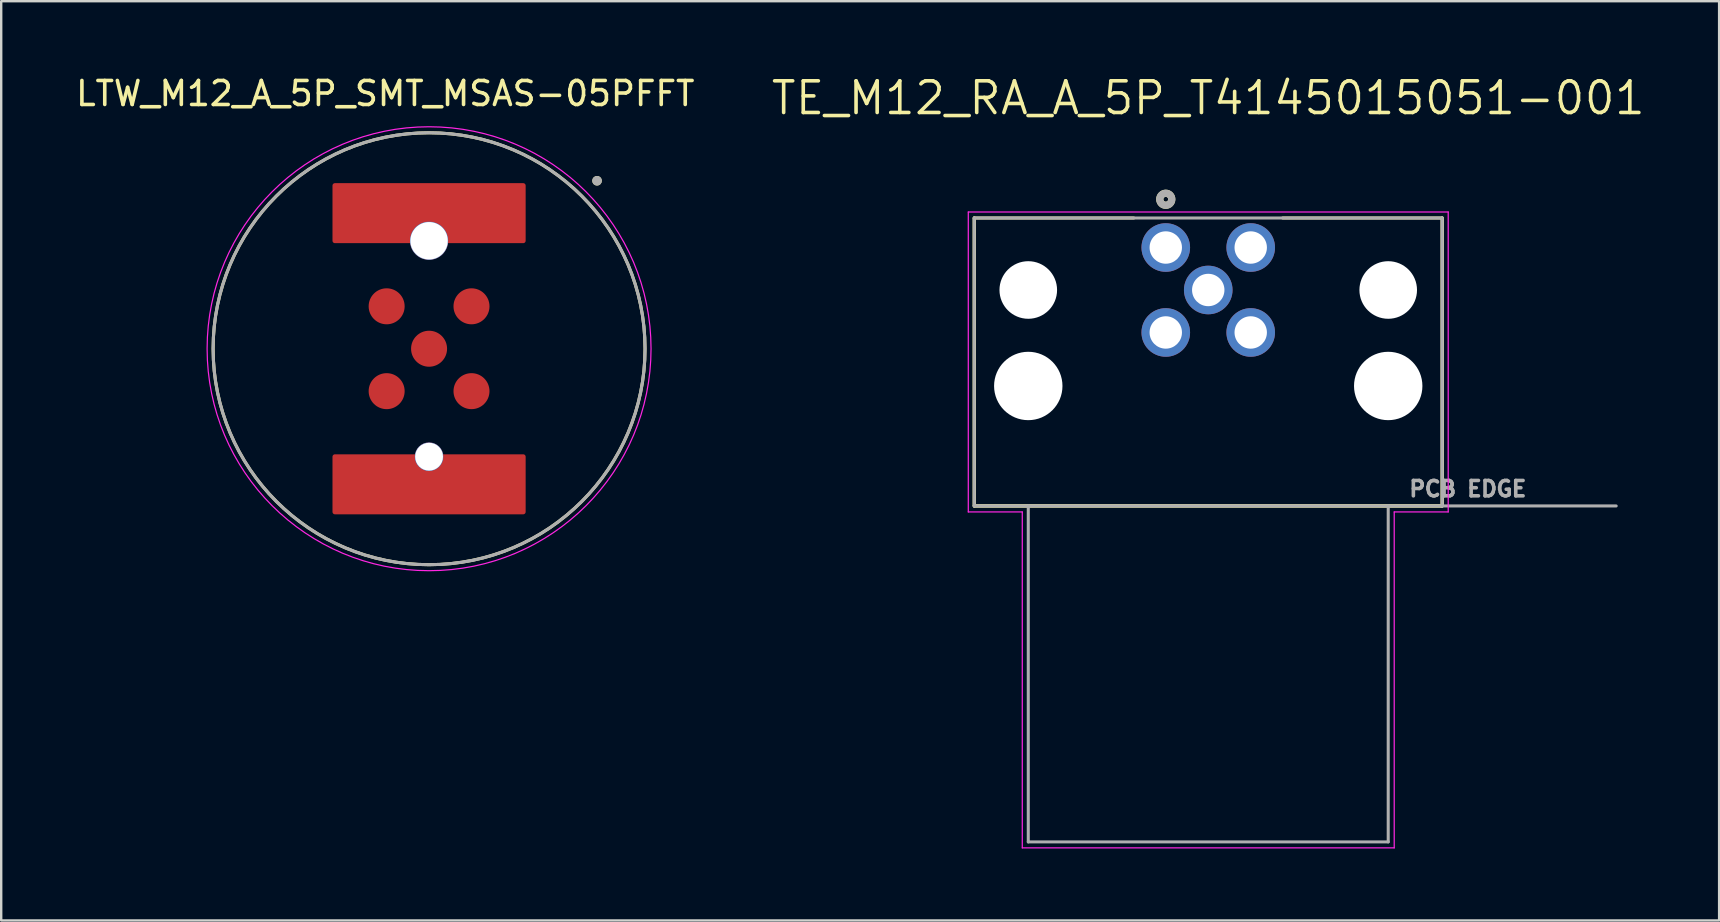
<source format=kicad_pcb>
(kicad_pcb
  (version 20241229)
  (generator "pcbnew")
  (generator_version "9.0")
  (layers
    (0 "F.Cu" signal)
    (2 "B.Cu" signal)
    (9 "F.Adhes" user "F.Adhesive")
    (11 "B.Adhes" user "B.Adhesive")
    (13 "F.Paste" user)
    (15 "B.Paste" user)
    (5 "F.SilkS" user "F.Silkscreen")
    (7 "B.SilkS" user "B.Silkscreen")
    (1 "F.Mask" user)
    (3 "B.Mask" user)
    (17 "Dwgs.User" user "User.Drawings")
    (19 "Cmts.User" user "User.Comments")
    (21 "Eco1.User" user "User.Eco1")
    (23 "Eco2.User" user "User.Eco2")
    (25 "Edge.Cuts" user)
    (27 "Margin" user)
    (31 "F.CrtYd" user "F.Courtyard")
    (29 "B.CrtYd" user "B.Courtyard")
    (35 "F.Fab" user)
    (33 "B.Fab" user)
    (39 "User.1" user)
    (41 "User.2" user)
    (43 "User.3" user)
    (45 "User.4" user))
  (footprint "TE_M12_RA_A_5P_T4145015051-001"
    (layer "F.Cu")
    (at 47.302 9.035)
    (property "Reference" "TE_M12_RA_A_5P_T4145015051-001" (at 0 -8 0) (layer "F.SilkS") (effects (font (size 1.32 1.32) (thickness 0.15))))
    (attr through_hole)
    (fp_line (start -9.75 -3) (end -3.103 -3) (stroke (width 0.127) (type solid)) (layer "F.SilkS"))
    (fp_line (start -9.75 9) (end -9.75 -3) (stroke (width 0.127) (type solid)) (layer "F.SilkS"))
    (fp_line (start -9.75 9) (end -9.75 -3) (stroke (width 0.127) (type solid)) (layer "F.SilkS"))
    (fp_line (start -9.75 9) (end -7.5 9) (stroke (width 0.127) (type solid)) (layer "F.SilkS"))
    (fp_line (start -9.75 9) (end 9.75 9) (stroke (width 0.127) (type solid)) (layer "F.SilkS"))
    (fp_line (start -7.5 9) (end 7.5 9) (stroke (width 0.127) (type solid)) (layer "F.SilkS"))
    (fp_line (start 3.103 -3) (end 9.75 -3) (stroke (width 0.127) (type solid)) (layer "F.SilkS"))
    (fp_line (start 7.5 9) (end 9.75 9) (stroke (width 0.127) (type solid)) (layer "F.SilkS"))
    (fp_line (start 9.75 -3) (end 9.75 9) (stroke (width 0.127) (type solid)) (layer "F.SilkS"))
    (fp_line (start 9.75 -3) (end 9.75 9) (stroke (width 0.127) (type solid)) (layer "F.SilkS"))
    (fp_circle (center -1.77 -3.781) (end -1.67 -3.781) (stroke (width 0.3) (type solid)) (fill no) (layer "F.SilkS"))
    (fp_line (start -10 -3.25) (end 10 -3.25) (stroke (width 0.05) (type solid)) (layer "F.CrtYd"))
    (fp_line (start -10 9.25) (end -10 -3.25) (stroke (width 0.05) (type solid)) (layer "F.CrtYd"))
    (fp_line (start -7.75 9.25) (end -10 9.25) (stroke (width 0.05) (type solid)) (layer "F.CrtYd"))
    (fp_line (start -7.75 23.25) (end -7.75 9.25) (stroke (width 0.05) (type solid)) (layer "F.CrtYd"))
    (fp_line (start 7.75 9.25) (end 7.75 23.25) (stroke (width 0.05) (type solid)) (layer "F.CrtYd"))
    (fp_line (start 7.75 23.25) (end -7.75 23.25) (stroke (width 0.05) (type solid)) (layer "F.CrtYd"))
    (fp_line (start 10 -3.25) (end 10 9.25) (stroke (width 0.05) (type solid)) (layer "F.CrtYd"))
    (fp_line (start 10 9.25) (end 7.75 9.25) (stroke (width 0.05) (type solid)) (layer "F.CrtYd"))
    (fp_line (start -9.75 -3) (end 9.75 -3) (stroke (width 0.127) (type solid)) (layer "F.Fab"))
    (fp_line (start -9.75 9) (end -9.75 -3) (stroke (width 0.127) (type solid)) (layer "F.Fab"))
    (fp_line (start -9.75 9) (end -7.5 9) (stroke (width 0.127) (type solid)) (layer "F.Fab"))
    (fp_line (start -7.5 9) (end -7.5 23) (stroke (width 0.127) (type solid)) (layer "F.Fab"))
    (fp_line (start -7.5 9) (end 7.5 9) (stroke (width 0.127) (type solid)) (layer "F.Fab"))
    (fp_line (start -7.5 23) (end 7.5 23) (stroke (width 0.127) (type solid)) (layer "F.Fab"))
    (fp_line (start 7.5 9) (end 9.75 9) (stroke (width 0.127) (type solid)) (layer "F.Fab"))
    (fp_line (start 7.5 23) (end 7.5 9) (stroke (width 0.127) (type solid)) (layer "F.Fab"))
    (fp_line (start 9.75 -3) (end 9.75 9) (stroke (width 0.127) (type solid)) (layer "F.Fab"))
    (fp_line (start 9.75 9) (end 17 9) (stroke (width 0.127) (type solid)) (layer "F.Fab"))
    (fp_circle (center -1.77 -3.781) (end -1.67 -3.781) (stroke (width 0.3) (type solid)) (fill no) (layer "F.Fab"))
    (fp_text user "PCB EDGE" (at 10.819 8.289 0) (layer "F.Fab") (effects (font (size 0.64 0.64) (thickness 0.15))))
    (pad "" np_thru_hole circle (at -7.5 0) (size 2.4 2.4) (drill 2.4) (layers "*.Cu" "*.Mask"))
    (pad "" np_thru_hole circle (at -7.5 4) (size 2.85 2.85) (drill 2.85) (layers "*.Cu" "*.Mask"))
    (pad "" np_thru_hole circle (at 7.5 0) (size 2.4 2.4) (drill 2.4) (layers "*.Cu" "*.Mask"))
    (pad "" np_thru_hole circle (at 7.5 4) (size 2.85 2.85) (drill 2.85) (layers "*.Cu" "*.Mask"))
    (pad "1" thru_hole circle (at -1.77 -1.77) (size 2.025 2.025) (drill 1.35) (layers "*.Cu" "*.Mask"))
    (pad "2" thru_hole circle (at 1.77 -1.77) (size 2.025 2.025) (drill 1.35) (layers "*.Cu" "*.Mask"))
    (pad "3" thru_hole circle (at 1.77 1.77) (size 2.025 2.025) (drill 1.35) (layers "*.Cu" "*.Mask"))
    (pad "4" thru_hole circle (at -1.77 1.77) (size 2.025 2.025) (drill 1.35) (layers "*.Cu" "*.Mask"))
    (pad "5" thru_hole circle (at 0 0) (size 2.025 2.025) (drill 1.35) (layers "*.Cu" "*.Mask")))
  (footprint "LTW_M12_A_5P_SMT_MSAS-05PFFT"
    (layer "F.Cu")
    (at 14.831 11.483)
    (property "Reference" "LTW_M12_A_5P_SMT_MSAS-05PFFT" (at -1.825 -10.635 0) (layer "F.SilkS") (effects (font (size 1 1) (thickness 0.15))))
    (attr through_hole)
    (fp_poly (pts (xy -3.925 -6.8) (xy -3.925 -4.5) (xy -0.8 -4.5) (xy -0.8 -4.7) (xy -0.7 -5) (xy -0.3 -5.3) (xy 0.3 -5.3) (xy 0.7 -5) (xy 0.8 -4.7) (xy 0.8 -4.5) (xy 3.925 -4.5) (xy 3.925 -6.8)) (stroke (width 0.2) (type solid)) (fill yes) (layer "F.Cu"))
    (fp_poly (pts (xy 3.925 6.8) (xy 3.925 4.5) (xy 0.595 4.5) (xy 0.6 4.7) (xy 0.4 5) (xy 0.2 5.1) (xy -0.2 5.1) (xy -0.4 5) (xy -0.6 4.7) (xy -0.6 4.5) (xy -3.925 4.5) (xy -3.925 6.8)) (stroke (width 0.2) (type solid)) (fill yes) (layer "F.Cu"))
    (fp_poly (pts (xy -3.925 -6.8) (xy -3.925 -4.5) (xy -0.8 -4.5) (xy -0.8 -4.7) (xy -0.7 -5) (xy -0.3 -5.3) (xy 0.3 -5.3) (xy 0.7 -5) (xy 0.8 -4.7) (xy 0.8 -4.5) (xy 3.925 -4.5) (xy 3.925 -6.8)) (stroke (width 0.2) (type solid)) (fill yes) (layer "F.Mask"))
    (fp_poly (pts (xy 3.925 6.8) (xy 3.925 4.5) (xy 0.595 4.5) (xy 0.6 4.7) (xy 0.4 5) (xy 0.2 5.1) (xy -0.2 5.1) (xy -0.4 5) (xy -0.6 4.7) (xy -0.6 4.5) (xy -3.925 4.5) (xy -3.925 6.8)) (stroke (width 0.2) (type solid)) (fill yes) (layer "F.Mask"))
    (fp_circle (center 0 0) (end 9 0) (stroke (width 0.127) (type solid)) (fill no) (layer "F.SilkS"))
    (fp_circle (center 7 -7) (end 7.1 -7) (stroke (width 0.2) (type solid)) (fill no) (layer "F.SilkS"))
    (fp_circle (center 0 0) (end 9.25 0) (stroke (width 0.05) (type solid)) (fill no) (layer "F.CrtYd"))
    (fp_circle (center 0 0) (end 9 0) (stroke (width 0.127) (type solid)) (fill no) (layer "F.Fab"))
    (fp_circle (center 7 -7) (end 7.1 -7) (stroke (width 0.2) (type solid)) (fill no) (layer "F.Fab"))
    (pad "" np_thru_hole circle (at 0 -4.5) (size 1.59 1.59) (drill 1.56) (layers "*.Cu" "*.Mask"))
    (pad "" np_thru_hole circle (at 0 4.5) (size 1.19 1.19) (drill 1.16) (layers "*.Cu" "*.Mask"))
    (pad "1" smd circle (at 1.768 -1.768) (size 1.5 1.5) (layers "F.Cu" "F.Mask" "F.Paste"))
    (pad "2" smd circle (at -1.768 -1.768) (size 1.5 1.5) (layers "F.Cu" "F.Mask" "F.Paste"))
    (pad "3" smd circle (at -1.768 1.768) (size 1.5 1.5) (layers "F.Cu" "F.Mask" "F.Paste"))
    (pad "4" smd circle (at 1.768 1.768) (size 1.5 1.5) (layers "F.Cu" "F.Mask" "F.Paste"))
    (pad "5" smd circle (at 0 0) (size 1.5 1.5) (layers "F.Cu" "F.Mask" "F.Paste")))
  (gr_rect
    (start -3 -3)
    (end 68.592 35.31)
    (stroke (width 0.1) (type default))
    (fill no)
    (layer "Edge.Cuts")))
</source>
